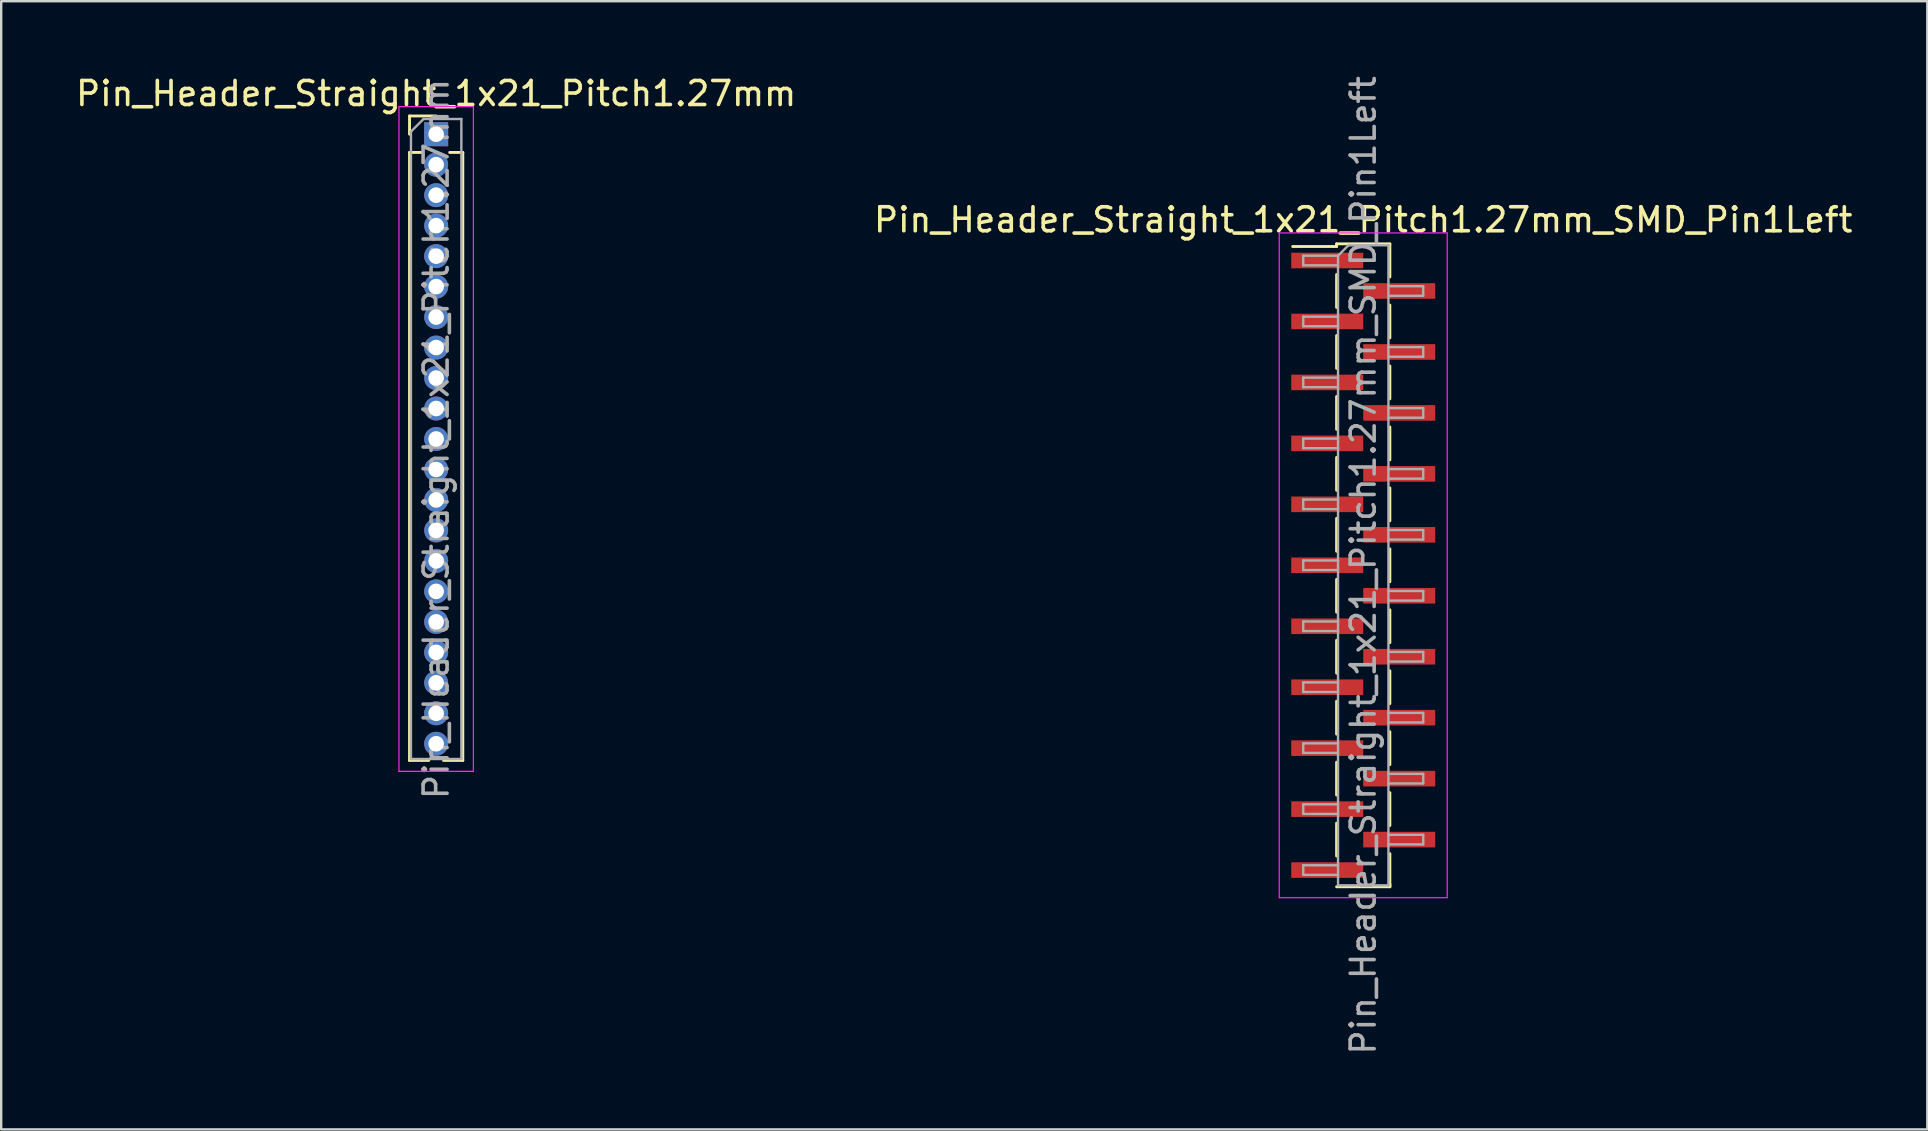
<source format=kicad_pcb>
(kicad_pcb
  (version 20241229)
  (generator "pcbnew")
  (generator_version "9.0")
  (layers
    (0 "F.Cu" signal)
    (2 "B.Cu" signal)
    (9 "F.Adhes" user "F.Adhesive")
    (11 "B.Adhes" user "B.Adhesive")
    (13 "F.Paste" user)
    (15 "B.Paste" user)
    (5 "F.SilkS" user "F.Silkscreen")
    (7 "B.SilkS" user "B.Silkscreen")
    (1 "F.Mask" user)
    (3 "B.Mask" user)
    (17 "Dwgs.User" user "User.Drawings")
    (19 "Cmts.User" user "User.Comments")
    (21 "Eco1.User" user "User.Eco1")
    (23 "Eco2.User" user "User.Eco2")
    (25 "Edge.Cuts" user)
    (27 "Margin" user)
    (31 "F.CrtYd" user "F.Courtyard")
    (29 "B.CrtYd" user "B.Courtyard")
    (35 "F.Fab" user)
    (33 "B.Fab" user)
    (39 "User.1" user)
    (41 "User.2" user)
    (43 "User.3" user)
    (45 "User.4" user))
  (footprint "Pin_Header_Straight_1x21_Pitch1.27mm"
    (layer "F.Cu")
    (at 15.125 2.543)
    (property "Reference" "Pin_Header_Straight_1x21_Pitch1.27mm" (at 0 -1.695 0) (layer "F.SilkS") (effects (font (size 1 1) (thickness 0.15))))
    (attr through_hole)
    (fp_line (start -1.11 -0.76) (end 0 -0.76) (stroke (width 0.12) (type solid)) (layer "F.SilkS"))
    (fp_line (start -1.11 0) (end -1.11 -0.76) (stroke (width 0.12) (type solid)) (layer "F.SilkS"))
    (fp_line (start -1.11 0.76) (end -1.11 26.095) (stroke (width 0.12) (type solid)) (layer "F.SilkS"))
    (fp_line (start -1.11 0.76) (end -0.563 0.76) (stroke (width 0.12) (type solid)) (layer "F.SilkS"))
    (fp_line (start -1.11 26.095) (end -0.308 26.095) (stroke (width 0.12) (type solid)) (layer "F.SilkS"))
    (fp_line (start 0.308 26.095) (end 1.11 26.095) (stroke (width 0.12) (type solid)) (layer "F.SilkS"))
    (fp_line (start 0.563 0.76) (end 1.11 0.76) (stroke (width 0.12) (type solid)) (layer "F.SilkS"))
    (fp_line (start 1.11 0.76) (end 1.11 26.095) (stroke (width 0.12) (type solid)) (layer "F.SilkS"))
    (fp_line (start -1.55 -1.15) (end -1.55 26.55) (stroke (width 0.05) (type solid)) (layer "F.CrtYd"))
    (fp_line (start -1.55 26.55) (end 1.55 26.55) (stroke (width 0.05) (type solid)) (layer "F.CrtYd"))
    (fp_line (start 1.55 -1.15) (end -1.55 -1.15) (stroke (width 0.05) (type solid)) (layer "F.CrtYd"))
    (fp_line (start 1.55 26.55) (end 1.55 -1.15) (stroke (width 0.05) (type solid)) (layer "F.CrtYd"))
    (fp_line (start -1.05 -0.11) (end -0.525 -0.635) (stroke (width 0.1) (type solid)) (layer "F.Fab"))
    (fp_line (start -1.05 26.035) (end -1.05 -0.11) (stroke (width 0.1) (type solid)) (layer "F.Fab"))
    (fp_line (start -0.525 -0.635) (end 1.05 -0.635) (stroke (width 0.1) (type solid)) (layer "F.Fab"))
    (fp_line (start 1.05 -0.635) (end 1.05 26.035) (stroke (width 0.1) (type solid)) (layer "F.Fab"))
    (fp_line (start 1.05 26.035) (end -1.05 26.035) (stroke (width 0.1) (type solid)) (layer "F.Fab"))
    (fp_text user "${REFERENCE}" (at 0 12.7 90) (layer "F.Fab") (effects (font (size 1 1) (thickness 0.15))))
    (pad "1" thru_hole rect (at 0 0) (size 1 1) (drill 0.65) (layers "*.Cu" "*.Mask"))
    (pad "2" thru_hole oval (at 0 1.27) (size 1 1) (drill 0.65) (layers "*.Cu" "*.Mask"))
    (pad "3" thru_hole oval (at 0 2.54) (size 1 1) (drill 0.65) (layers "*.Cu" "*.Mask"))
    (pad "4" thru_hole oval (at 0 3.81) (size 1 1) (drill 0.65) (layers "*.Cu" "*.Mask"))
    (pad "5" thru_hole oval (at 0 5.08) (size 1 1) (drill 0.65) (layers "*.Cu" "*.Mask"))
    (pad "6" thru_hole oval (at 0 6.35) (size 1 1) (drill 0.65) (layers "*.Cu" "*.Mask"))
    (pad "7" thru_hole oval (at 0 7.62) (size 1 1) (drill 0.65) (layers "*.Cu" "*.Mask"))
    (pad "8" thru_hole oval (at 0 8.89) (size 1 1) (drill 0.65) (layers "*.Cu" "*.Mask"))
    (pad "9" thru_hole oval (at 0 10.16) (size 1 1) (drill 0.65) (layers "*.Cu" "*.Mask"))
    (pad "10" thru_hole oval (at 0 11.43) (size 1 1) (drill 0.65) (layers "*.Cu" "*.Mask"))
    (pad "11" thru_hole oval (at 0 12.7) (size 1 1) (drill 0.65) (layers "*.Cu" "*.Mask"))
    (pad "12" thru_hole oval (at 0 13.97) (size 1 1) (drill 0.65) (layers "*.Cu" "*.Mask"))
    (pad "13" thru_hole oval (at 0 15.24) (size 1 1) (drill 0.65) (layers "*.Cu" "*.Mask"))
    (pad "14" thru_hole oval (at 0 16.51) (size 1 1) (drill 0.65) (layers "*.Cu" "*.Mask"))
    (pad "15" thru_hole oval (at 0 17.78) (size 1 1) (drill 0.65) (layers "*.Cu" "*.Mask"))
    (pad "16" thru_hole oval (at 0 19.05) (size 1 1) (drill 0.65) (layers "*.Cu" "*.Mask"))
    (pad "17" thru_hole oval (at 0 20.32) (size 1 1) (drill 0.65) (layers "*.Cu" "*.Mask"))
    (pad "18" thru_hole oval (at 0 21.59) (size 1 1) (drill 0.65) (layers "*.Cu" "*.Mask"))
    (pad "19" thru_hole oval (at 0 22.86) (size 1 1) (drill 0.65) (layers "*.Cu" "*.Mask"))
    (pad "20" thru_hole oval (at 0 24.13) (size 1 1) (drill 0.65) (layers "*.Cu" "*.Mask"))
    (pad "21" thru_hole oval (at 0 25.4) (size 1 1) (drill 0.65) (layers "*.Cu" "*.Mask")))
  (footprint "Pin_Header_Straight_1x21_Pitch1.27mm_SMD_Pin1Left"
    (layer "F.Cu")
    (at 53.756 20.506)
    (property "Reference" "Pin_Header_Straight_1x21_Pitch1.27mm_SMD_Pin1Left" (at 0 -14.395 0) (layer "F.SilkS") (effects (font (size 1 1) (thickness 0.15))))
    (attr smd)
    (fp_line (start -1.11 -13.395) (end -1.11 -13.285) (stroke (width 0.12) (type solid)) (layer "F.SilkS"))
    (fp_line (start -1.11 -13.395) (end 1.11 -13.395) (stroke (width 0.12) (type solid)) (layer "F.SilkS"))
    (fp_line (start -1.11 -13.285) (end -2.94 -13.285) (stroke (width 0.12) (type solid)) (layer "F.SilkS"))
    (fp_line (start -1.11 -12.115) (end -1.11 -10.745) (stroke (width 0.12) (type solid)) (layer "F.SilkS"))
    (fp_line (start -1.11 -9.575) (end -1.11 -8.205) (stroke (width 0.12) (type solid)) (layer "F.SilkS"))
    (fp_line (start -1.11 -7.035) (end -1.11 -5.665) (stroke (width 0.12) (type solid)) (layer "F.SilkS"))
    (fp_line (start -1.11 -4.495) (end -1.11 -3.125) (stroke (width 0.12) (type solid)) (layer "F.SilkS"))
    (fp_line (start -1.11 -1.955) (end -1.11 -0.585) (stroke (width 0.12) (type solid)) (layer "F.SilkS"))
    (fp_line (start -1.11 0.585) (end -1.11 1.955) (stroke (width 0.12) (type solid)) (layer "F.SilkS"))
    (fp_line (start -1.11 3.125) (end -1.11 4.495) (stroke (width 0.12) (type solid)) (layer "F.SilkS"))
    (fp_line (start -1.11 5.665) (end -1.11 7.035) (stroke (width 0.12) (type solid)) (layer "F.SilkS"))
    (fp_line (start -1.11 8.205) (end -1.11 9.575) (stroke (width 0.12) (type solid)) (layer "F.SilkS"))
    (fp_line (start -1.11 10.745) (end -1.11 12.115) (stroke (width 0.12) (type solid)) (layer "F.SilkS"))
    (fp_line (start -1.11 13.395) (end 1.11 13.395) (stroke (width 0.12) (type solid)) (layer "F.SilkS"))
    (fp_line (start 1.11 -13.385) (end 1.11 -12.015) (stroke (width 0.12) (type solid)) (layer "F.SilkS"))
    (fp_line (start 1.11 -10.845) (end 1.11 -9.475) (stroke (width 0.12) (type solid)) (layer "F.SilkS"))
    (fp_line (start 1.11 -8.305) (end 1.11 -6.935) (stroke (width 0.12) (type solid)) (layer "F.SilkS"))
    (fp_line (start 1.11 -5.765) (end 1.11 -4.395) (stroke (width 0.12) (type solid)) (layer "F.SilkS"))
    (fp_line (start 1.11 -3.225) (end 1.11 -1.855) (stroke (width 0.12) (type solid)) (layer "F.SilkS"))
    (fp_line (start 1.11 -0.685) (end 1.11 0.685) (stroke (width 0.12) (type solid)) (layer "F.SilkS"))
    (fp_line (start 1.11 1.855) (end 1.11 3.225) (stroke (width 0.12) (type solid)) (layer "F.SilkS"))
    (fp_line (start 1.11 4.395) (end 1.11 5.765) (stroke (width 0.12) (type solid)) (layer "F.SilkS"))
    (fp_line (start 1.11 6.935) (end 1.11 8.305) (stroke (width 0.12) (type solid)) (layer "F.SilkS"))
    (fp_line (start 1.11 9.475) (end 1.11 10.845) (stroke (width 0.12) (type solid)) (layer "F.SilkS"))
    (fp_line (start 1.11 12.015) (end 1.11 13.385) (stroke (width 0.12) (type solid)) (layer "F.SilkS"))
    (fp_line (start 1.11 13.285) (end 1.11 13.395) (stroke (width 0.12) (type solid)) (layer "F.SilkS"))
    (fp_line (start -3.5 -13.85) (end -3.5 13.85) (stroke (width 0.05) (type solid)) (layer "F.CrtYd"))
    (fp_line (start -3.5 13.85) (end 3.5 13.85) (stroke (width 0.05) (type solid)) (layer "F.CrtYd"))
    (fp_line (start 3.5 -13.85) (end -3.5 -13.85) (stroke (width 0.05) (type solid)) (layer "F.CrtYd"))
    (fp_line (start 3.5 13.85) (end 3.5 -13.85) (stroke (width 0.05) (type solid)) (layer "F.CrtYd"))
    (fp_line (start -2.5 -12.9) (end -2.5 -12.5) (stroke (width 0.1) (type solid)) (layer "F.Fab"))
    (fp_line (start -2.5 -12.5) (end -1.05 -12.5) (stroke (width 0.1) (type solid)) (layer "F.Fab"))
    (fp_line (start -2.5 -10.36) (end -2.5 -9.96) (stroke (width 0.1) (type solid)) (layer "F.Fab"))
    (fp_line (start -2.5 -9.96) (end -1.05 -9.96) (stroke (width 0.1) (type solid)) (layer "F.Fab"))
    (fp_line (start -2.5 -7.82) (end -2.5 -7.42) (stroke (width 0.1) (type solid)) (layer "F.Fab"))
    (fp_line (start -2.5 -7.42) (end -1.05 -7.42) (stroke (width 0.1) (type solid)) (layer "F.Fab"))
    (fp_line (start -2.5 -5.28) (end -2.5 -4.88) (stroke (width 0.1) (type solid)) (layer "F.Fab"))
    (fp_line (start -2.5 -4.88) (end -1.05 -4.88) (stroke (width 0.1) (type solid)) (layer "F.Fab"))
    (fp_line (start -2.5 -2.74) (end -2.5 -2.34) (stroke (width 0.1) (type solid)) (layer "F.Fab"))
    (fp_line (start -2.5 -2.34) (end -1.05 -2.34) (stroke (width 0.1) (type solid)) (layer "F.Fab"))
    (fp_line (start -2.5 -0.2) (end -2.5 0.2) (stroke (width 0.1) (type solid)) (layer "F.Fab"))
    (fp_line (start -2.5 0.2) (end -1.05 0.2) (stroke (width 0.1) (type solid)) (layer "F.Fab"))
    (fp_line (start -2.5 2.34) (end -2.5 2.74) (stroke (width 0.1) (type solid)) (layer "F.Fab"))
    (fp_line (start -2.5 2.74) (end -1.05 2.74) (stroke (width 0.1) (type solid)) (layer "F.Fab"))
    (fp_line (start -2.5 4.88) (end -2.5 5.28) (stroke (width 0.1) (type solid)) (layer "F.Fab"))
    (fp_line (start -2.5 5.28) (end -1.05 5.28) (stroke (width 0.1) (type solid)) (layer "F.Fab"))
    (fp_line (start -2.5 7.42) (end -2.5 7.82) (stroke (width 0.1) (type solid)) (layer "F.Fab"))
    (fp_line (start -2.5 7.82) (end -1.05 7.82) (stroke (width 0.1) (type solid)) (layer "F.Fab"))
    (fp_line (start -2.5 9.96) (end -2.5 10.36) (stroke (width 0.1) (type solid)) (layer "F.Fab"))
    (fp_line (start -2.5 10.36) (end -1.05 10.36) (stroke (width 0.1) (type solid)) (layer "F.Fab"))
    (fp_line (start -2.5 12.5) (end -2.5 12.9) (stroke (width 0.1) (type solid)) (layer "F.Fab"))
    (fp_line (start -2.5 12.9) (end -1.05 12.9) (stroke (width 0.1) (type solid)) (layer "F.Fab"))
    (fp_line (start -1.05 -12.9) (end -2.5 -12.9) (stroke (width 0.1) (type solid)) (layer "F.Fab"))
    (fp_line (start -1.05 -12.9) (end -0.615 -13.335) (stroke (width 0.1) (type solid)) (layer "F.Fab"))
    (fp_line (start -1.05 -10.36) (end -2.5 -10.36) (stroke (width 0.1) (type solid)) (layer "F.Fab"))
    (fp_line (start -1.05 -7.82) (end -2.5 -7.82) (stroke (width 0.1) (type solid)) (layer "F.Fab"))
    (fp_line (start -1.05 -5.28) (end -2.5 -5.28) (stroke (width 0.1) (type solid)) (layer "F.Fab"))
    (fp_line (start -1.05 -2.74) (end -2.5 -2.74) (stroke (width 0.1) (type solid)) (layer "F.Fab"))
    (fp_line (start -1.05 -0.2) (end -2.5 -0.2) (stroke (width 0.1) (type solid)) (layer "F.Fab"))
    (fp_line (start -1.05 2.34) (end -2.5 2.34) (stroke (width 0.1) (type solid)) (layer "F.Fab"))
    (fp_line (start -1.05 4.88) (end -2.5 4.88) (stroke (width 0.1) (type solid)) (layer "F.Fab"))
    (fp_line (start -1.05 7.42) (end -2.5 7.42) (stroke (width 0.1) (type solid)) (layer "F.Fab"))
    (fp_line (start -1.05 9.96) (end -2.5 9.96) (stroke (width 0.1) (type solid)) (layer "F.Fab"))
    (fp_line (start -1.05 12.5) (end -2.5 12.5) (stroke (width 0.1) (type solid)) (layer "F.Fab"))
    (fp_line (start -1.05 13.335) (end -1.05 -12.9) (stroke (width 0.1) (type solid)) (layer "F.Fab"))
    (fp_line (start -0.615 -13.335) (end 1.05 -13.335) (stroke (width 0.1) (type solid)) (layer "F.Fab"))
    (fp_line (start 1.05 -13.335) (end 1.05 13.335) (stroke (width 0.1) (type solid)) (layer "F.Fab"))
    (fp_line (start 1.05 -11.63) (end 2.5 -11.63) (stroke (width 0.1) (type solid)) (layer "F.Fab"))
    (fp_line (start 1.05 -9.09) (end 2.5 -9.09) (stroke (width 0.1) (type solid)) (layer "F.Fab"))
    (fp_line (start 1.05 -6.55) (end 2.5 -6.55) (stroke (width 0.1) (type solid)) (layer "F.Fab"))
    (fp_line (start 1.05 -4.01) (end 2.5 -4.01) (stroke (width 0.1) (type solid)) (layer "F.Fab"))
    (fp_line (start 1.05 -1.47) (end 2.5 -1.47) (stroke (width 0.1) (type solid)) (layer "F.Fab"))
    (fp_line (start 1.05 1.07) (end 2.5 1.07) (stroke (width 0.1) (type solid)) (layer "F.Fab"))
    (fp_line (start 1.05 3.61) (end 2.5 3.61) (stroke (width 0.1) (type solid)) (layer "F.Fab"))
    (fp_line (start 1.05 6.15) (end 2.5 6.15) (stroke (width 0.1) (type solid)) (layer "F.Fab"))
    (fp_line (start 1.05 8.69) (end 2.5 8.69) (stroke (width 0.1) (type solid)) (layer "F.Fab"))
    (fp_line (start 1.05 11.23) (end 2.5 11.23) (stroke (width 0.1) (type solid)) (layer "F.Fab"))
    (fp_line (start 1.05 13.335) (end -1.05 13.335) (stroke (width 0.1) (type solid)) (layer "F.Fab"))
    (fp_line (start 2.5 -11.63) (end 2.5 -11.23) (stroke (width 0.1) (type solid)) (layer "F.Fab"))
    (fp_line (start 2.5 -11.23) (end 1.05 -11.23) (stroke (width 0.1) (type solid)) (layer "F.Fab"))
    (fp_line (start 2.5 -9.09) (end 2.5 -8.69) (stroke (width 0.1) (type solid)) (layer "F.Fab"))
    (fp_line (start 2.5 -8.69) (end 1.05 -8.69) (stroke (width 0.1) (type solid)) (layer "F.Fab"))
    (fp_line (start 2.5 -6.55) (end 2.5 -6.15) (stroke (width 0.1) (type solid)) (layer "F.Fab"))
    (fp_line (start 2.5 -6.15) (end 1.05 -6.15) (stroke (width 0.1) (type solid)) (layer "F.Fab"))
    (fp_line (start 2.5 -4.01) (end 2.5 -3.61) (stroke (width 0.1) (type solid)) (layer "F.Fab"))
    (fp_line (start 2.5 -3.61) (end 1.05 -3.61) (stroke (width 0.1) (type solid)) (layer "F.Fab"))
    (fp_line (start 2.5 -1.47) (end 2.5 -1.07) (stroke (width 0.1) (type solid)) (layer "F.Fab"))
    (fp_line (start 2.5 -1.07) (end 1.05 -1.07) (stroke (width 0.1) (type solid)) (layer "F.Fab"))
    (fp_line (start 2.5 1.07) (end 2.5 1.47) (stroke (width 0.1) (type solid)) (layer "F.Fab"))
    (fp_line (start 2.5 1.47) (end 1.05 1.47) (stroke (width 0.1) (type solid)) (layer "F.Fab"))
    (fp_line (start 2.5 3.61) (end 2.5 4.01) (stroke (width 0.1) (type solid)) (layer "F.Fab"))
    (fp_line (start 2.5 4.01) (end 1.05 4.01) (stroke (width 0.1) (type solid)) (layer "F.Fab"))
    (fp_line (start 2.5 6.15) (end 2.5 6.55) (stroke (width 0.1) (type solid)) (layer "F.Fab"))
    (fp_line (start 2.5 6.55) (end 1.05 6.55) (stroke (width 0.1) (type solid)) (layer "F.Fab"))
    (fp_line (start 2.5 8.69) (end 2.5 9.09) (stroke (width 0.1) (type solid)) (layer "F.Fab"))
    (fp_line (start 2.5 9.09) (end 1.05 9.09) (stroke (width 0.1) (type solid)) (layer "F.Fab"))
    (fp_line (start 2.5 11.23) (end 2.5 11.63) (stroke (width 0.1) (type solid)) (layer "F.Fab"))
    (fp_line (start 2.5 11.63) (end 1.05 11.63) (stroke (width 0.1) (type solid)) (layer "F.Fab"))
    (fp_text user "${REFERENCE}" (at 0 0 90) (layer "F.Fab") (effects (font (size 1 1) (thickness 0.15))))
    (pad "1" smd rect (at -1.5 -12.7) (size 3 0.65) (layers "F.Cu" "F.Mask" "F.Paste"))
    (pad "2" smd rect (at 1.5 -11.43) (size 3 0.65) (layers "F.Cu" "F.Mask" "F.Paste"))
    (pad "3" smd rect (at -1.5 -10.16) (size 3 0.65) (layers "F.Cu" "F.Mask" "F.Paste"))
    (pad "4" smd rect (at 1.5 -8.89) (size 3 0.65) (layers "F.Cu" "F.Mask" "F.Paste"))
    (pad "5" smd rect (at -1.5 -7.62) (size 3 0.65) (layers "F.Cu" "F.Mask" "F.Paste"))
    (pad "6" smd rect (at 1.5 -6.35) (size 3 0.65) (layers "F.Cu" "F.Mask" "F.Paste"))
    (pad "7" smd rect (at -1.5 -5.08) (size 3 0.65) (layers "F.Cu" "F.Mask" "F.Paste"))
    (pad "8" smd rect (at 1.5 -3.81) (size 3 0.65) (layers "F.Cu" "F.Mask" "F.Paste"))
    (pad "9" smd rect (at -1.5 -2.54) (size 3 0.65) (layers "F.Cu" "F.Mask" "F.Paste"))
    (pad "10" smd rect (at 1.5 -1.27) (size 3 0.65) (layers "F.Cu" "F.Mask" "F.Paste"))
    (pad "11" smd rect (at -1.5 0) (size 3 0.65) (layers "F.Cu" "F.Mask" "F.Paste"))
    (pad "12" smd rect (at 1.5 1.27) (size 3 0.65) (layers "F.Cu" "F.Mask" "F.Paste"))
    (pad "13" smd rect (at -1.5 2.54) (size 3 0.65) (layers "F.Cu" "F.Mask" "F.Paste"))
    (pad "14" smd rect (at 1.5 3.81) (size 3 0.65) (layers "F.Cu" "F.Mask" "F.Paste"))
    (pad "15" smd rect (at -1.5 5.08) (size 3 0.65) (layers "F.Cu" "F.Mask" "F.Paste"))
    (pad "16" smd rect (at 1.5 6.35) (size 3 0.65) (layers "F.Cu" "F.Mask" "F.Paste"))
    (pad "17" smd rect (at -1.5 7.62) (size 3 0.65) (layers "F.Cu" "F.Mask" "F.Paste"))
    (pad "18" smd rect (at 1.5 8.89) (size 3 0.65) (layers "F.Cu" "F.Mask" "F.Paste"))
    (pad "19" smd rect (at -1.5 10.16) (size 3 0.65) (layers "F.Cu" "F.Mask" "F.Paste"))
    (pad "20" smd rect (at 1.5 11.43) (size 3 0.65) (layers "F.Cu" "F.Mask" "F.Paste"))
    (pad "21" smd rect (at -1.5 12.7) (size 3 0.65) (layers "F.Cu" "F.Mask" "F.Paste")))
  (gr_rect
    (start -3 -3)
    (end 77.262 44.012)
    (stroke (width 0.1) (type default))
    (fill no)
    (layer "Edge.Cuts")))
</source>
